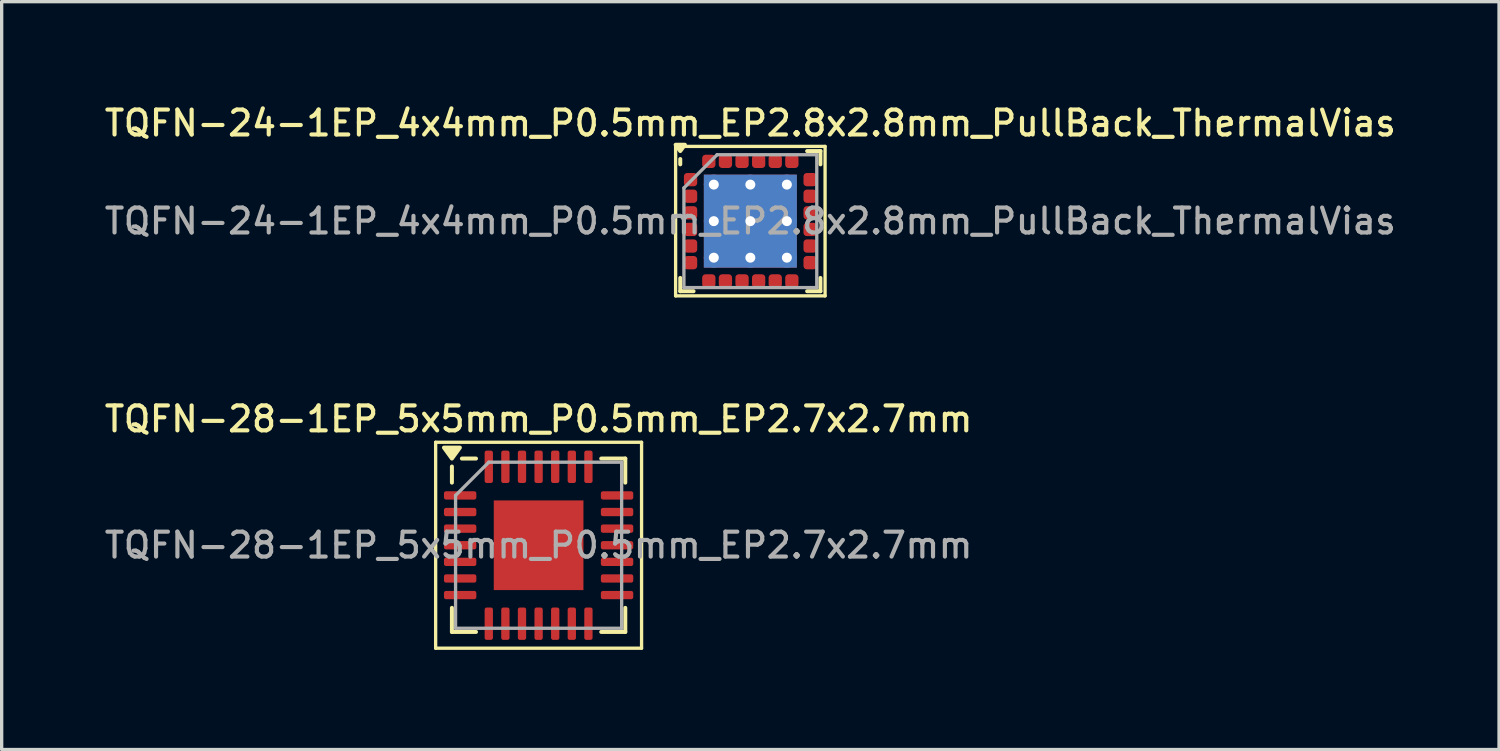
<source format=kicad_pcb>
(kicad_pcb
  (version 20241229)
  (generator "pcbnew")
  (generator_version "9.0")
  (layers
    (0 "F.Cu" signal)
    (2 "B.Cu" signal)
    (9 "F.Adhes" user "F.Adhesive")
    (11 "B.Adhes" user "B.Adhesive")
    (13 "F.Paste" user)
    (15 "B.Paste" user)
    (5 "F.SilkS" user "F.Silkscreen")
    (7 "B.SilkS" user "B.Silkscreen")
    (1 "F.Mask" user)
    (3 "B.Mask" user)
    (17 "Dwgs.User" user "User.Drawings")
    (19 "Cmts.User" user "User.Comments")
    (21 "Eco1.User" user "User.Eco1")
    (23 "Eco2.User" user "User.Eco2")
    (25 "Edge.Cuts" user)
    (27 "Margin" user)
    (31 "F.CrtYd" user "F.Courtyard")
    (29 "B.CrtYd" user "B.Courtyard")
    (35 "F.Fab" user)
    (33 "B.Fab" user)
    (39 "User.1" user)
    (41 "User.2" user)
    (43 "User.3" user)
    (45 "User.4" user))
  (footprint "TQFN-24-1EP_4x4mm_P0.5mm_EP2.8x2.8mm_PullBack_ThermalVias"
    (layer "F.Cu")
    (at 19.541 3.608)
    (property "Reference" "TQFN-24-1EP_4x4mm_P0.5mm_EP2.8x2.8mm_PullBack_ThermalVias" (at 0 -2.95 0) (layer "F.SilkS") (effects (font (size 0.75 0.75) (thickness 0.125))))
    (attr smd)
    (fp_line (start -2.25 -2.25) (end -2.25 2.25) (stroke (width 0.1) (type solid)) (layer "F.SilkS"))
    (fp_line (start -2.25 2.25) (end 2.25 2.25) (stroke (width 0.1) (type solid)) (layer "F.SilkS"))
    (fp_line (start -2.11 -1.71) (end -2.11 -1.87) (stroke (width 0.12) (type solid)) (layer "F.SilkS"))
    (fp_line (start -2.11 2.11) (end -2.11 1.71) (stroke (width 0.12) (type solid)) (layer "F.SilkS"))
    (fp_line (start -1.71 2.11) (end -2.11 2.11) (stroke (width 0.12) (type solid)) (layer "F.SilkS"))
    (fp_line (start 1.71 -2.11) (end 2.11 -2.11) (stroke (width 0.12) (type solid)) (layer "F.SilkS"))
    (fp_line (start 1.71 2.11) (end 2.11 2.11) (stroke (width 0.12) (type solid)) (layer "F.SilkS"))
    (fp_line (start 2.11 -2.11) (end 2.11 -1.71) (stroke (width 0.12) (type solid)) (layer "F.SilkS"))
    (fp_line (start 2.11 2.11) (end 2.11 1.71) (stroke (width 0.12) (type solid)) (layer "F.SilkS"))
    (fp_line (start 2.25 -2.25) (end -2.25 -2.25) (stroke (width 0.1) (type solid)) (layer "F.SilkS"))
    (fp_line (start 2.25 2.25) (end 2.25 -2.25) (stroke (width 0.1) (type solid)) (layer "F.SilkS"))
    (fp_poly (pts (xy -2.11 -2.11) (xy -2.25 -2.3) (xy -1.97 -2.3) (xy -2.11 -2.11)) (stroke (width 0.12) (type solid)) (fill yes) (layer "F.SilkS"))
    (fp_line (start -2 -1) (end -1 -2) (stroke (width 0.1) (type solid)) (layer "F.Fab"))
    (fp_line (start -2 2) (end -2 -1) (stroke (width 0.1) (type solid)) (layer "F.Fab"))
    (fp_line (start -1 -2) (end 2 -2) (stroke (width 0.1) (type solid)) (layer "F.Fab"))
    (fp_line (start 2 -2) (end 2 2) (stroke (width 0.1) (type solid)) (layer "F.Fab"))
    (fp_line (start 2 2) (end -2 2) (stroke (width 0.1) (type solid)) (layer "F.Fab"))
    (fp_text user "${REFERENCE}" (at 0 0 0) (layer "F.Fab") (effects (font (size 0.75 0.75) (thickness 0.125))))
    (pad "" smd roundrect (at -0.7 -0.7) (size 1.13 1.13) (layers "F.Paste") (roundrect_rratio 0.221))
    (pad "" smd roundrect (at -0.7 0.7) (size 1.13 1.13) (layers "F.Paste") (roundrect_rratio 0.221))
    (pad "" smd roundrect (at 0.7 -0.7) (size 1.13 1.13) (layers "F.Paste") (roundrect_rratio 0.221))
    (pad "" smd roundrect (at 0.7 0.7) (size 1.13 1.13) (layers "F.Paste") (roundrect_rratio 0.221))
    (pad "1" smd roundrect (at -1.8 -1.25) (size 0.4 0.4) (layers "F.Cu" "F.Mask" "F.Paste") (roundrect_rratio 0.25))
    (pad "2" smd roundrect (at -1.8 -0.75) (size 0.4 0.4) (layers "F.Cu" "F.Mask" "F.Paste") (roundrect_rratio 0.25))
    (pad "3" smd roundrect (at -1.8 -0.25) (size 0.4 0.4) (layers "F.Cu" "F.Mask" "F.Paste") (roundrect_rratio 0.25))
    (pad "4" smd roundrect (at -1.8 0.25) (size 0.4 0.4) (layers "F.Cu" "F.Mask" "F.Paste") (roundrect_rratio 0.25))
    (pad "5" smd roundrect (at -1.8 0.75) (size 0.4 0.4) (layers "F.Cu" "F.Mask" "F.Paste") (roundrect_rratio 0.25))
    (pad "6" smd roundrect (at -1.8 1.25) (size 0.4 0.4) (layers "F.Cu" "F.Mask" "F.Paste") (roundrect_rratio 0.25))
    (pad "7" smd roundrect (at -1.25 1.8) (size 0.4 0.4) (layers "F.Cu" "F.Mask" "F.Paste") (roundrect_rratio 0.25))
    (pad "8" smd roundrect (at -0.75 1.8) (size 0.4 0.4) (layers "F.Cu" "F.Mask" "F.Paste") (roundrect_rratio 0.25))
    (pad "9" smd roundrect (at -0.25 1.8) (size 0.4 0.4) (layers "F.Cu" "F.Mask" "F.Paste") (roundrect_rratio 0.25))
    (pad "10" smd roundrect (at 0.25 1.8) (size 0.4 0.4) (layers "F.Cu" "F.Mask" "F.Paste") (roundrect_rratio 0.25))
    (pad "11" smd roundrect (at 0.75 1.8) (size 0.4 0.4) (layers "F.Cu" "F.Mask" "F.Paste") (roundrect_rratio 0.25))
    (pad "12" smd roundrect (at 1.25 1.8) (size 0.4 0.4) (layers "F.Cu" "F.Mask" "F.Paste") (roundrect_rratio 0.25))
    (pad "13" smd roundrect (at 1.8 1.25) (size 0.4 0.4) (layers "F.Cu" "F.Mask" "F.Paste") (roundrect_rratio 0.25))
    (pad "14" smd roundrect (at 1.8 0.75) (size 0.4 0.4) (layers "F.Cu" "F.Mask" "F.Paste") (roundrect_rratio 0.25))
    (pad "15" smd roundrect (at 1.8 0.25) (size 0.4 0.4) (layers "F.Cu" "F.Mask" "F.Paste") (roundrect_rratio 0.25))
    (pad "16" smd roundrect (at 1.8 -0.25) (size 0.4 0.4) (layers "F.Cu" "F.Mask" "F.Paste") (roundrect_rratio 0.25))
    (pad "17" smd roundrect (at 1.8 -0.75) (size 0.4 0.4) (layers "F.Cu" "F.Mask" "F.Paste") (roundrect_rratio 0.25))
    (pad "18" smd roundrect (at 1.8 -1.25) (size 0.4 0.4) (layers "F.Cu" "F.Mask" "F.Paste") (roundrect_rratio 0.25))
    (pad "19" smd roundrect (at 1.25 -1.8) (size 0.4 0.4) (layers "F.Cu" "F.Mask" "F.Paste") (roundrect_rratio 0.25))
    (pad "20" smd roundrect (at 0.75 -1.8) (size 0.4 0.4) (layers "F.Cu" "F.Mask" "F.Paste") (roundrect_rratio 0.25))
    (pad "21" smd roundrect (at 0.25 -1.8) (size 0.4 0.4) (layers "F.Cu" "F.Mask" "F.Paste") (roundrect_rratio 0.25))
    (pad "22" smd roundrect (at -0.25 -1.8) (size 0.4 0.4) (layers "F.Cu" "F.Mask" "F.Paste") (roundrect_rratio 0.25))
    (pad "23" smd roundrect (at -0.75 -1.8) (size 0.4 0.4) (layers "F.Cu" "F.Mask" "F.Paste") (roundrect_rratio 0.25))
    (pad "24" smd roundrect (at -1.25 -1.8) (size 0.4 0.4) (layers "F.Cu" "F.Mask" "F.Paste") (roundrect_rratio 0.25))
    (pad "25" thru_hole circle (at -1.1 -1.1) (size 0.6 0.6) (drill 0.3) (property pad_prop_heatsink) (layers "*.Cu"))
    (pad "25" thru_hole circle (at -1.1 0) (size 0.6 0.6) (drill 0.3) (property pad_prop_heatsink) (layers "*.Cu"))
    (pad "25" thru_hole circle (at -1.1 1.1) (size 0.6 0.6) (drill 0.3) (property pad_prop_heatsink) (layers "*.Cu"))
    (pad "25" thru_hole circle (at 0 -1.1) (size 0.6 0.6) (drill 0.3) (property pad_prop_heatsink) (layers "*.Cu"))
    (pad "25" thru_hole circle (at 0 0) (size 0.6 0.6) (drill 0.3) (property pad_prop_heatsink) (layers "*.Cu"))
    (pad "25" smd rect (at 0 0) (size 2.8 2.8) (property pad_prop_heatsink) (layers "F.Cu" "F.Mask"))
    (pad "25" smd rect (at 0 0) (size 2.8 2.8) (property pad_prop_heatsink) (layers "B.Cu"))
    (pad "25" thru_hole circle (at 0 1.1) (size 0.6 0.6) (drill 0.3) (property pad_prop_heatsink) (layers "*.Cu"))
    (pad "25" thru_hole circle (at 1.1 -1.1) (size 0.6 0.6) (drill 0.3) (property pad_prop_heatsink) (layers "*.Cu"))
    (pad "25" thru_hole circle (at 1.1 0) (size 0.6 0.6) (drill 0.3) (property pad_prop_heatsink) (layers "*.Cu"))
    (pad "25" thru_hole circle (at 1.1 1.1) (size 0.6 0.6) (drill 0.3) (property pad_prop_heatsink) (layers "*.Cu")))
  (footprint "TQFN-28-1EP_5x5mm_P0.5mm_EP2.7x2.7mm"
    (layer "F.Cu")
    (at 13.166 13.366)
    (property "Reference" "TQFN-28-1EP_5x5mm_P0.5mm_EP2.7x2.7mm" (at 0 -3.8 0) (layer "F.SilkS") (effects (font (size 0.75 0.75) (thickness 0.125))))
    (attr smd)
    (fp_line (start -3.1 -3.1) (end -3.1 3.1) (stroke (width 0.1) (type solid)) (layer "F.SilkS"))
    (fp_line (start -3.1 3.1) (end 3.1 3.1) (stroke (width 0.1) (type solid)) (layer "F.SilkS"))
    (fp_line (start -2.61 -1.885) (end -2.61 -2.37) (stroke (width 0.12) (type solid)) (layer "F.SilkS"))
    (fp_line (start -2.61 2.61) (end -2.61 1.885) (stroke (width 0.12) (type solid)) (layer "F.SilkS"))
    (fp_line (start -1.885 -2.61) (end -2.31 -2.61) (stroke (width 0.12) (type solid)) (layer "F.SilkS"))
    (fp_line (start -1.885 2.61) (end -2.61 2.61) (stroke (width 0.12) (type solid)) (layer "F.SilkS"))
    (fp_line (start 1.885 -2.61) (end 2.61 -2.61) (stroke (width 0.12) (type solid)) (layer "F.SilkS"))
    (fp_line (start 1.885 2.61) (end 2.61 2.61) (stroke (width 0.12) (type solid)) (layer "F.SilkS"))
    (fp_line (start 2.61 -2.61) (end 2.61 -1.885) (stroke (width 0.12) (type solid)) (layer "F.SilkS"))
    (fp_line (start 2.61 2.61) (end 2.61 1.885) (stroke (width 0.12) (type solid)) (layer "F.SilkS"))
    (fp_line (start 3.1 -3.1) (end -3.1 -3.1) (stroke (width 0.1) (type solid)) (layer "F.SilkS"))
    (fp_line (start 3.1 3.1) (end 3.1 -3.1) (stroke (width 0.1) (type solid)) (layer "F.SilkS"))
    (fp_poly (pts (xy -2.61 -2.61) (xy -2.85 -2.94) (xy -2.37 -2.94) (xy -2.61 -2.61)) (stroke (width 0.12) (type solid)) (fill yes) (layer "F.SilkS"))
    (fp_line (start -2.5 -1.5) (end -1.5 -2.5) (stroke (width 0.1) (type solid)) (layer "F.Fab"))
    (fp_line (start -2.5 2.5) (end -2.5 -1.5) (stroke (width 0.1) (type solid)) (layer "F.Fab"))
    (fp_line (start -1.5 -2.5) (end 2.5 -2.5) (stroke (width 0.1) (type solid)) (layer "F.Fab"))
    (fp_line (start 2.5 -2.5) (end 2.5 2.5) (stroke (width 0.1) (type solid)) (layer "F.Fab"))
    (fp_line (start 2.5 2.5) (end -2.5 2.5) (stroke (width 0.1) (type solid)) (layer "F.Fab"))
    (fp_text user "${REFERENCE}" (at 0 0 0) (layer "F.Fab") (effects (font (size 0.75 0.75) (thickness 0.125))))
    (pad "" smd roundrect (at -0.675 -0.675) (size 1.09 1.09) (layers "F.Paste") (roundrect_rratio 0.229))
    (pad "" smd roundrect (at -0.675 0.675) (size 1.09 1.09) (layers "F.Paste") (roundrect_rratio 0.229))
    (pad "" smd roundrect (at 0.675 -0.675) (size 1.09 1.09) (layers "F.Paste") (roundrect_rratio 0.229))
    (pad "" smd roundrect (at 0.675 0.675) (size 1.09 1.09) (layers "F.Paste") (roundrect_rratio 0.229))
    (pad "1" smd roundrect (at -2.362 -1.5) (size 0.975 0.25) (layers "F.Cu" "F.Mask" "F.Paste") (roundrect_rratio 0.25))
    (pad "2" smd roundrect (at -2.362 -1) (size 0.975 0.25) (layers "F.Cu" "F.Mask" "F.Paste") (roundrect_rratio 0.25))
    (pad "3" smd roundrect (at -2.362 -0.5) (size 0.975 0.25) (layers "F.Cu" "F.Mask" "F.Paste") (roundrect_rratio 0.25))
    (pad "4" smd roundrect (at -2.362 0) (size 0.975 0.25) (layers "F.Cu" "F.Mask" "F.Paste") (roundrect_rratio 0.25))
    (pad "5" smd roundrect (at -2.362 0.5) (size 0.975 0.25) (layers "F.Cu" "F.Mask" "F.Paste") (roundrect_rratio 0.25))
    (pad "6" smd roundrect (at -2.362 1) (size 0.975 0.25) (layers "F.Cu" "F.Mask" "F.Paste") (roundrect_rratio 0.25))
    (pad "7" smd roundrect (at -2.362 1.5) (size 0.975 0.25) (layers "F.Cu" "F.Mask" "F.Paste") (roundrect_rratio 0.25))
    (pad "8" smd roundrect (at -1.5 2.362) (size 0.25 0.975) (layers "F.Cu" "F.Mask" "F.Paste") (roundrect_rratio 0.25))
    (pad "9" smd roundrect (at -1 2.362) (size 0.25 0.975) (layers "F.Cu" "F.Mask" "F.Paste") (roundrect_rratio 0.25))
    (pad "10" smd roundrect (at -0.5 2.362) (size 0.25 0.975) (layers "F.Cu" "F.Mask" "F.Paste") (roundrect_rratio 0.25))
    (pad "11" smd roundrect (at 0 2.362) (size 0.25 0.975) (layers "F.Cu" "F.Mask" "F.Paste") (roundrect_rratio 0.25))
    (pad "12" smd roundrect (at 0.5 2.362) (size 0.25 0.975) (layers "F.Cu" "F.Mask" "F.Paste") (roundrect_rratio 0.25))
    (pad "13" smd roundrect (at 1 2.362) (size 0.25 0.975) (layers "F.Cu" "F.Mask" "F.Paste") (roundrect_rratio 0.25))
    (pad "14" smd roundrect (at 1.5 2.362) (size 0.25 0.975) (layers "F.Cu" "F.Mask" "F.Paste") (roundrect_rratio 0.25))
    (pad "15" smd roundrect (at 2.362 1.5) (size 0.975 0.25) (layers "F.Cu" "F.Mask" "F.Paste") (roundrect_rratio 0.25))
    (pad "16" smd roundrect (at 2.362 1) (size 0.975 0.25) (layers "F.Cu" "F.Mask" "F.Paste") (roundrect_rratio 0.25))
    (pad "17" smd roundrect (at 2.362 0.5) (size 0.975 0.25) (layers "F.Cu" "F.Mask" "F.Paste") (roundrect_rratio 0.25))
    (pad "18" smd roundrect (at 2.362 0) (size 0.975 0.25) (layers "F.Cu" "F.Mask" "F.Paste") (roundrect_rratio 0.25))
    (pad "19" smd roundrect (at 2.362 -0.5) (size 0.975 0.25) (layers "F.Cu" "F.Mask" "F.Paste") (roundrect_rratio 0.25))
    (pad "20" smd roundrect (at 2.362 -1) (size 0.975 0.25) (layers "F.Cu" "F.Mask" "F.Paste") (roundrect_rratio 0.25))
    (pad "21" smd roundrect (at 2.362 -1.5) (size 0.975 0.25) (layers "F.Cu" "F.Mask" "F.Paste") (roundrect_rratio 0.25))
    (pad "22" smd roundrect (at 1.5 -2.362) (size 0.25 0.975) (layers "F.Cu" "F.Mask" "F.Paste") (roundrect_rratio 0.25))
    (pad "23" smd roundrect (at 1 -2.362) (size 0.25 0.975) (layers "F.Cu" "F.Mask" "F.Paste") (roundrect_rratio 0.25))
    (pad "24" smd roundrect (at 0.5 -2.362) (size 0.25 0.975) (layers "F.Cu" "F.Mask" "F.Paste") (roundrect_rratio 0.25))
    (pad "25" smd roundrect (at 0 -2.362) (size 0.25 0.975) (layers "F.Cu" "F.Mask" "F.Paste") (roundrect_rratio 0.25))
    (pad "26" smd roundrect (at -0.5 -2.362) (size 0.25 0.975) (layers "F.Cu" "F.Mask" "F.Paste") (roundrect_rratio 0.25))
    (pad "27" smd roundrect (at -1 -2.362) (size 0.25 0.975) (layers "F.Cu" "F.Mask" "F.Paste") (roundrect_rratio 0.25))
    (pad "28" smd roundrect (at -1.5 -2.362) (size 0.25 0.975) (layers "F.Cu" "F.Mask" "F.Paste") (roundrect_rratio 0.25))
    (pad "29" smd rect (at 0 0) (size 2.7 2.7) (property pad_prop_heatsink) (layers "F.Cu" "F.Mask")))
  (gr_rect
    (start -3 -3)
    (end 42.082 19.516)
    (stroke (width 0.1) (type default))
    (fill no)
    (layer "Edge.Cuts")))
</source>
